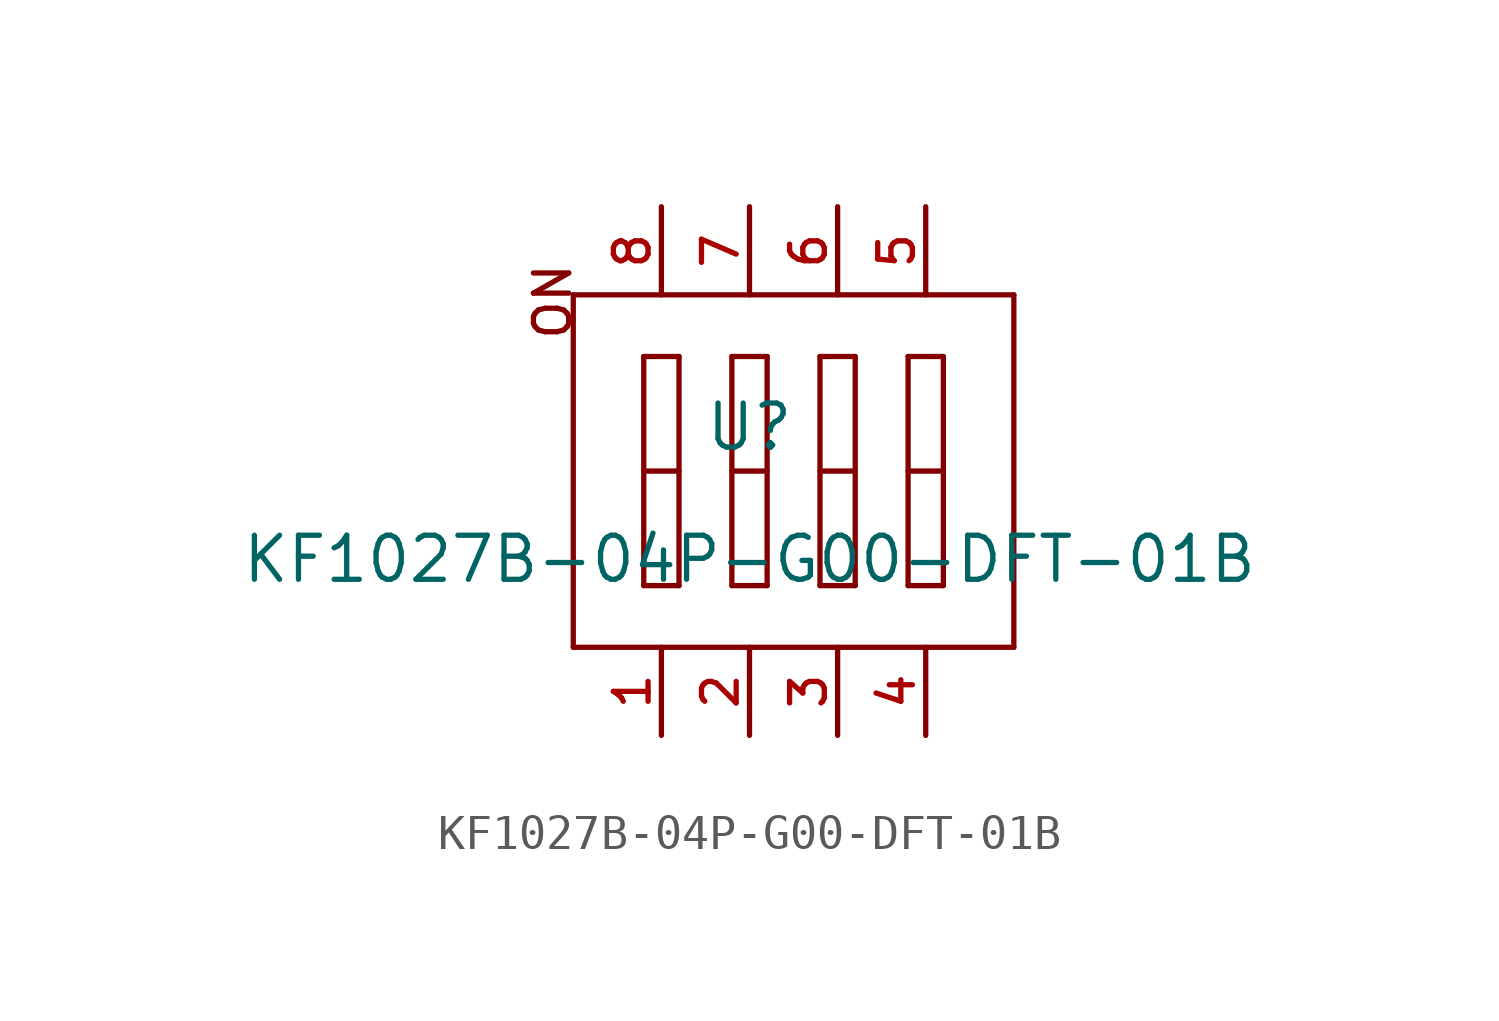
<source format=kicad_sym>
(kicad_symbol_lib
  (version 20210201)
  (generator TousstNicolas/JLC2KiCad_lib)
  (symbol "KF1027B-04P-G00-DFT-01B"
    (pin_names hide)
    (property "Reference" "U"
      (at 0 1.27 0)
      (effects (font (size 1.27 1.27))))
    (property "Value" "KF1027B-04P-G00-DFT-01B"
      (at 0 -2.54 0)
      (effects (font (size 1.27 1.27))))
    (symbol "KF1027B-04P-G00-DFT-01B_0_1"
      (text "ON" (at -5.08 3.723 1800) (effects (font (size 1.016 1.016)) (justify left bottom)))
      (polyline (pts (xy 7.62 -5.08) (xy 7.62 5.08)) (stroke (width 0) (type default) (color 0 0 0 0)) (fill (type none)))
      (polyline (pts (xy -5.08 -5.08) (xy 7.62 -5.08)) (stroke (width 0) (type default) (color 0 0 0 0)) (fill (type none)))
      (polyline (pts (xy -5.08 5.08) (xy -5.08 -5.08)) (stroke (width 0) (type default) (color 0 0 0 0)) (fill (type none)))
      (polyline (pts (xy 7.62 5.08) (xy -5.08 5.08)) (stroke (width 0) (type default) (color 0 0 0 0)) (fill (type none)))
      (polyline (pts (xy -2.032 -0.0) (xy -3.048 -0.0)) (stroke (width 0) (type default) (color 0 0 0 0)) (fill (type none)))
      (polyline (pts (xy -3.048 3.302) (xy -2.032 3.302)) (stroke (width 0) (type default) (color 0 0 0 0)) (fill (type none)))
      (polyline (pts (xy -3.048 -3.302) (xy -3.048 3.302)) (stroke (width 0) (type default) (color 0 0 0 0)) (fill (type none)))
      (polyline (pts (xy -2.032 -3.302) (xy -3.048 -3.302)) (stroke (width 0) (type default) (color 0 0 0 0)) (fill (type none)))
      (polyline (pts (xy -2.032 3.302) (xy -2.032 -3.302)) (stroke (width 0) (type default) (color 0 0 0 0)) (fill (type none)))
      (polyline (pts (xy 0.508 -0.0) (xy -0.508 -0.0)) (stroke (width 0) (type default) (color 0 0 0 0)) (fill (type none)))
      (polyline (pts (xy -0.508 3.302) (xy 0.508 3.302)) (stroke (width 0) (type default) (color 0 0 0 0)) (fill (type none)))
      (polyline (pts (xy -0.508 -3.302) (xy -0.508 3.302)) (stroke (width 0) (type default) (color 0 0 0 0)) (fill (type none)))
      (polyline (pts (xy 0.508 -3.302) (xy -0.508 -3.302)) (stroke (width 0) (type default) (color 0 0 0 0)) (fill (type none)))
      (polyline (pts (xy 0.508 3.302) (xy 0.508 -3.302)) (stroke (width 0) (type default) (color 0 0 0 0)) (fill (type none)))
      (polyline (pts (xy 3.048 -0.0) (xy 2.032 -0.0)) (stroke (width 0) (type default) (color 0 0 0 0)) (fill (type none)))
      (polyline (pts (xy 2.032 3.302) (xy 3.048 3.302)) (stroke (width 0) (type default) (color 0 0 0 0)) (fill (type none)))
      (polyline (pts (xy 2.032 -3.302) (xy 2.032 3.302)) (stroke (width 0) (type default) (color 0 0 0 0)) (fill (type none)))
      (polyline (pts (xy 3.048 -3.302) (xy 2.032 -3.302)) (stroke (width 0) (type default) (color 0 0 0 0)) (fill (type none)))
      (polyline (pts (xy 3.048 3.302) (xy 3.048 -3.302)) (stroke (width 0) (type default) (color 0 0 0 0)) (fill (type none)))
      (polyline (pts (xy 5.588 -0.0) (xy 4.572 -0.0)) (stroke (width 0) (type default) (color 0 0 0 0)) (fill (type none)))
      (polyline (pts (xy 4.572 3.302) (xy 5.588 3.302)) (stroke (width 0) (type default) (color 0 0 0 0)) (fill (type none)))
      (polyline (pts (xy 4.572 -3.302) (xy 4.572 3.302)) (stroke (width 0) (type default) (color 0 0 0 0)) (fill (type none)))
      (polyline (pts (xy 5.588 -3.302) (xy 4.572 -3.302)) (stroke (width 0) (type default) (color 0 0 0 0)) (fill (type none)))
      (polyline (pts (xy 5.588 3.302) (xy 5.588 -3.302)) (stroke (width 0) (type default) (color 0 0 0 0)) (fill (type none)))
      (pin input line (at 5.08 7.62 270) (length 2.54) (name "B4" (effects (font (size 1 1)))) (number "5" (effects (font (size 1 1)))))
      (pin input line (at 2.54 7.62 270) (length 2.54) (name "B3" (effects (font (size 1 1)))) (number "6" (effects (font (size 1 1)))))
      (pin input line (at 0.0 7.62 270) (length 2.54) (name "B2" (effects (font (size 1 1)))) (number "7" (effects (font (size 1 1)))))
      (pin input line (at -2.54 7.62 270) (length 2.54) (name "B1" (effects (font (size 1 1)))) (number "8" (effects (font (size 1 1)))))
      (pin input line (at 5.08 -7.62 90) (length 2.54) (name "A4" (effects (font (size 1 1)))) (number "4" (effects (font (size 1 1)))))
      (pin input line (at 2.54 -7.62 90) (length 2.54) (name "A3" (effects (font (size 1 1)))) (number "3" (effects (font (size 1 1)))))
      (pin input line (at 0.0 -7.62 90) (length 2.54) (name "A2" (effects (font (size 1 1)))) (number "2" (effects (font (size 1 1)))))
      (pin input line (at -2.54 -7.62 90) (length 2.54) (name "A1" (effects (font (size 1 1)))) (number "1" (effects (font (size 1 1))))))))
</source>
